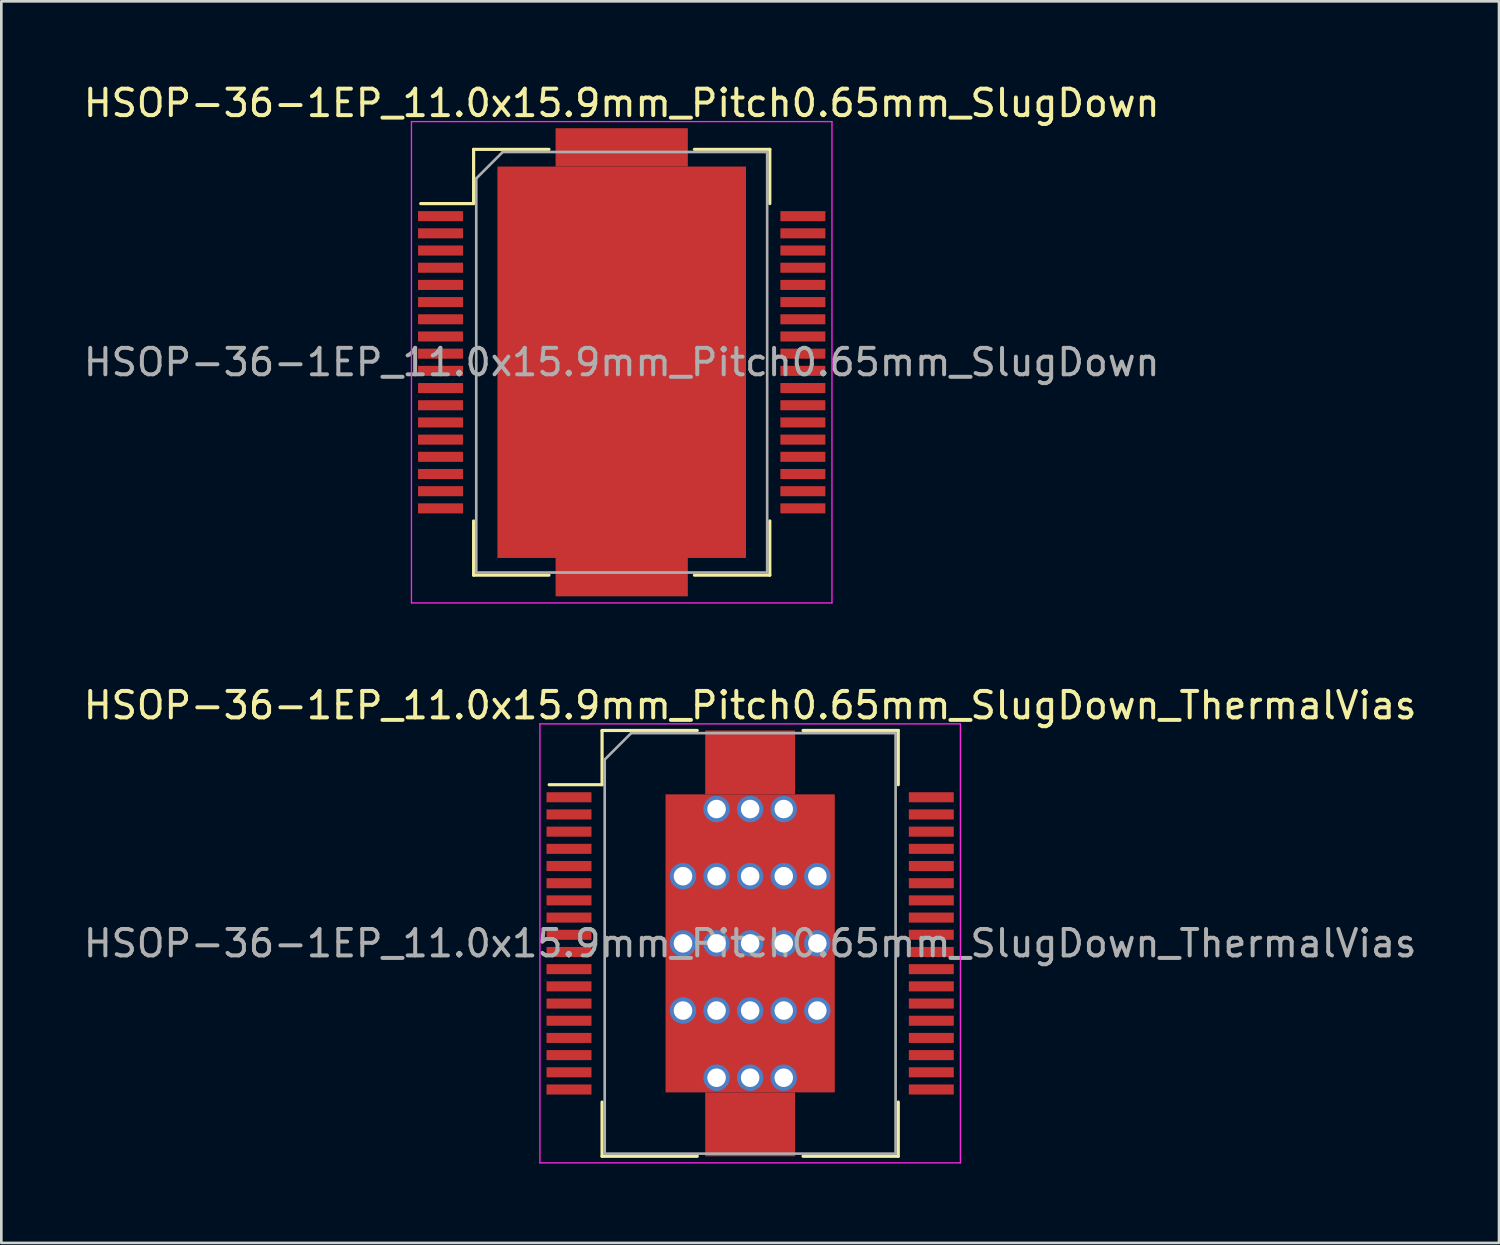
<source format=kicad_pcb>
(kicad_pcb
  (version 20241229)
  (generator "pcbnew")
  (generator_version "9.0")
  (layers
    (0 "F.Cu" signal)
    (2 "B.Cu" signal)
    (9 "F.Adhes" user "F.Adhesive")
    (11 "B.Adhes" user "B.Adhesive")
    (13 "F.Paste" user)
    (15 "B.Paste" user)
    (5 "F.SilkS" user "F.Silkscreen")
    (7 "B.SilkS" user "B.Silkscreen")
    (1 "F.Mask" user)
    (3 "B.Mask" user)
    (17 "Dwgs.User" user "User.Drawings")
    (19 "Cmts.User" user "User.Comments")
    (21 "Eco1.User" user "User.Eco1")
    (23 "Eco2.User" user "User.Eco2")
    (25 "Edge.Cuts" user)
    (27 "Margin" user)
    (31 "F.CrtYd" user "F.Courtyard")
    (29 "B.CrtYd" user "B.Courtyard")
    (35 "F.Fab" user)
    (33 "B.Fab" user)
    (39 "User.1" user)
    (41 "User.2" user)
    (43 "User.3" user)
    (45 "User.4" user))
  (footprint "HSOP-36-1EP_11.0x15.9mm_Pitch0.65mm_SlugDown_ThermalVias"
    (layer "F.Cu")
    (at 25.315 32.621)
    (property "Reference" "HSOP-36-1EP_11.0x15.9mm_Pitch0.65mm_SlugDown_ThermalVias" (at 0 -9 0) (layer "F.SilkS") (effects (font (size 1 1) (thickness 0.15))))
    (attr smd)
    (fp_line (start -5.6 -8.05) (end -5.6 -6) (stroke (width 0.12) (type solid)) (layer "F.SilkS"))
    (fp_line (start -5.6 -6) (end -7.6 -6) (stroke (width 0.12) (type solid)) (layer "F.SilkS"))
    (fp_line (start -5.6 8.05) (end -5.6 6) (stroke (width 0.12) (type solid)) (layer "F.SilkS"))
    (fp_line (start -2 -8.05) (end -5.6 -8.05) (stroke (width 0.12) (type solid)) (layer "F.SilkS"))
    (fp_line (start -2 8.05) (end -5.6 8.05) (stroke (width 0.12) (type solid)) (layer "F.SilkS"))
    (fp_line (start 5.6 -8.05) (end 2 -8.05) (stroke (width 0.12) (type solid)) (layer "F.SilkS"))
    (fp_line (start 5.6 -8.05) (end 5.6 -6) (stroke (width 0.12) (type solid)) (layer "F.SilkS"))
    (fp_line (start 5.6 8.05) (end 2 8.05) (stroke (width 0.12) (type solid)) (layer "F.SilkS"))
    (fp_line (start 5.6 8.05) (end 5.6 6) (stroke (width 0.12) (type solid)) (layer "F.SilkS"))
    (fp_line (start -7.95 -8.3) (end -7.95 8.3) (stroke (width 0.05) (type solid)) (layer "F.CrtYd"))
    (fp_line (start -7.95 -8.3) (end 7.95 -8.3) (stroke (width 0.05) (type solid)) (layer "F.CrtYd"))
    (fp_line (start 7.95 8.3) (end -7.95 8.3) (stroke (width 0.05) (type solid)) (layer "F.CrtYd"))
    (fp_line (start 7.95 8.3) (end 7.95 -8.3) (stroke (width 0.05) (type solid)) (layer "F.CrtYd"))
    (fp_line (start -5.5 -6.95) (end -5.5 7.95) (stroke (width 0.1) (type solid)) (layer "F.Fab"))
    (fp_line (start -5.5 7.95) (end 5.5 7.95) (stroke (width 0.1) (type solid)) (layer "F.Fab"))
    (fp_line (start -4.5 -7.95) (end -5.5 -6.95) (stroke (width 0.1) (type solid)) (layer "F.Fab"))
    (fp_line (start 5.5 -7.95) (end -4.5 -7.95) (stroke (width 0.1) (type solid)) (layer "F.Fab"))
    (fp_line (start 5.5 7.95) (end 5.5 -7.95) (stroke (width 0.1) (type solid)) (layer "F.Fab"))
    (fp_text user "${REFERENCE}" (at 0 0 0) (layer "F.Fab") (effects (font (size 1 1) (thickness 0.15))))
    (pad "1" smd rect (at -6.85 -5.525) (size 1.7 0.38) (layers "F.Cu" "F.Mask" "F.Paste"))
    (pad "2" smd rect (at -6.85 -4.875) (size 1.7 0.38) (layers "F.Cu" "F.Mask" "F.Paste"))
    (pad "3" smd rect (at -6.85 -4.225) (size 1.7 0.38) (layers "F.Cu" "F.Mask" "F.Paste"))
    (pad "4" smd rect (at -6.85 -3.575) (size 1.7 0.38) (layers "F.Cu" "F.Mask" "F.Paste"))
    (pad "5" smd rect (at -6.85 -2.925) (size 1.7 0.38) (layers "F.Cu" "F.Mask" "F.Paste"))
    (pad "6" smd rect (at -6.85 -2.275) (size 1.7 0.38) (layers "F.Cu" "F.Mask" "F.Paste"))
    (pad "7" smd rect (at -6.85 -1.625) (size 1.7 0.38) (layers "F.Cu" "F.Mask" "F.Paste"))
    (pad "8" smd rect (at -6.85 -0.975) (size 1.7 0.38) (layers "F.Cu" "F.Mask" "F.Paste"))
    (pad "9" smd rect (at -6.85 -0.325) (size 1.7 0.38) (layers "F.Cu" "F.Mask" "F.Paste"))
    (pad "10" smd rect (at -6.85 0.325) (size 1.7 0.38) (layers "F.Cu" "F.Mask" "F.Paste"))
    (pad "11" smd rect (at -6.85 0.975) (size 1.7 0.38) (layers "F.Cu" "F.Mask" "F.Paste"))
    (pad "12" smd rect (at -6.85 1.625) (size 1.7 0.38) (layers "F.Cu" "F.Mask" "F.Paste"))
    (pad "13" smd rect (at -6.85 2.275) (size 1.7 0.38) (layers "F.Cu" "F.Mask" "F.Paste"))
    (pad "14" smd rect (at -6.85 2.925) (size 1.7 0.38) (layers "F.Cu" "F.Mask" "F.Paste"))
    (pad "15" smd rect (at -6.85 3.575) (size 1.7 0.38) (layers "F.Cu" "F.Mask" "F.Paste"))
    (pad "16" smd rect (at -6.85 4.225) (size 1.7 0.38) (layers "F.Cu" "F.Mask" "F.Paste"))
    (pad "17" smd rect (at -6.85 4.875) (size 1.7 0.38) (layers "F.Cu" "F.Mask" "F.Paste"))
    (pad "18" smd rect (at -6.85 5.525) (size 1.7 0.38) (layers "F.Cu" "F.Mask" "F.Paste"))
    (pad "19" smd rect (at 6.85 5.525) (size 1.7 0.38) (layers "F.Cu" "F.Mask" "F.Paste"))
    (pad "20" smd rect (at 6.85 4.875) (size 1.7 0.38) (layers "F.Cu" "F.Mask" "F.Paste"))
    (pad "21" smd rect (at 6.85 4.225) (size 1.7 0.38) (layers "F.Cu" "F.Mask" "F.Paste"))
    (pad "22" smd rect (at 6.85 3.575) (size 1.7 0.38) (layers "F.Cu" "F.Mask" "F.Paste"))
    (pad "23" smd rect (at 6.85 2.925) (size 1.7 0.38) (layers "F.Cu" "F.Mask" "F.Paste"))
    (pad "24" smd rect (at 6.85 2.275) (size 1.7 0.38) (layers "F.Cu" "F.Mask" "F.Paste"))
    (pad "25" smd rect (at 6.85 1.625) (size 1.7 0.38) (layers "F.Cu" "F.Mask" "F.Paste"))
    (pad "26" smd rect (at 6.85 0.975) (size 1.7 0.38) (layers "F.Cu" "F.Mask" "F.Paste"))
    (pad "27" smd rect (at 6.85 0.325) (size 1.7 0.38) (layers "F.Cu" "F.Mask" "F.Paste"))
    (pad "28" smd rect (at 6.85 -0.325) (size 1.7 0.38) (layers "F.Cu" "F.Mask" "F.Paste"))
    (pad "29" smd rect (at 6.85 -0.975) (size 1.7 0.38) (layers "F.Cu" "F.Mask" "F.Paste"))
    (pad "30" smd rect (at 6.85 -1.625) (size 1.7 0.38) (layers "F.Cu" "F.Mask" "F.Paste"))
    (pad "31" smd rect (at 6.85 -2.275) (size 1.7 0.38) (layers "F.Cu" "F.Mask" "F.Paste"))
    (pad "32" smd rect (at 6.85 -2.925) (size 1.7 0.38) (layers "F.Cu" "F.Mask" "F.Paste"))
    (pad "33" smd rect (at 6.85 -3.575) (size 1.7 0.38) (layers "F.Cu" "F.Mask" "F.Paste"))
    (pad "34" smd rect (at 6.85 -4.225) (size 1.7 0.38) (layers "F.Cu" "F.Mask" "F.Paste"))
    (pad "35" smd rect (at 6.85 -4.875) (size 1.7 0.38) (layers "F.Cu" "F.Mask" "F.Paste"))
    (pad "36" smd rect (at 6.85 -5.525) (size 1.7 0.38) (layers "F.Cu" "F.Mask" "F.Paste"))
    (pad "37" thru_hole circle (at -2.54 -2.54) (size 1 1) (drill 0.7) (layers "*.Cu" "*.Mask"))
    (pad "37" thru_hole circle (at -2.54 0) (size 1 1) (drill 0.7) (layers "*.Cu" "*.Mask"))
    (pad "37" thru_hole circle (at -2.54 2.54) (size 1 1) (drill 0.7) (layers "*.Cu" "*.Mask"))
    (pad "37" thru_hole circle (at -1.27 -5.08) (size 1 1) (drill 0.7) (layers "*.Cu" "*.Mask"))
    (pad "37" thru_hole circle (at -1.27 -2.54) (size 1 1) (drill 0.7) (layers "*.Cu" "*.Mask"))
    (pad "37" thru_hole circle (at -1.27 0) (size 1 1) (drill 0.7) (layers "*.Cu" "*.Mask"))
    (pad "37" thru_hole circle (at -1.27 2.54) (size 1 1) (drill 0.7) (layers "*.Cu" "*.Mask"))
    (pad "37" thru_hole circle (at -1.27 5.08) (size 1 1) (drill 0.7) (layers "*.Cu" "*.Mask"))
    (pad "37" smd rect (at 0 -6.843) (size 3.4 2.415) (layers "F.Cu" "F.Mask" "F.Paste"))
    (pad "37" thru_hole circle (at 0 -5.08) (size 1 1) (drill 0.7) (layers "*.Cu" "*.Mask"))
    (pad "37" thru_hole circle (at 0 -2.54) (size 1 1) (drill 0.7) (layers "*.Cu" "*.Mask"))
    (pad "37" thru_hole circle (at 0 0) (size 1 1) (drill 0.7) (layers "*.Cu" "*.Mask"))
    (pad "37" smd rect (at 0 0) (size 6.4 11.27) (layers "F.Cu" "F.Mask" "F.Paste"))
    (pad "37" thru_hole circle (at 0 2.54) (size 1 1) (drill 0.7) (layers "*.Cu" "*.Mask"))
    (pad "37" thru_hole circle (at 0 5.08) (size 1 1) (drill 0.7) (layers "*.Cu" "*.Mask"))
    (pad "37" smd rect (at 0 6.843) (size 3.4 2.415) (layers "F.Cu" "F.Mask" "F.Paste"))
    (pad "37" thru_hole circle (at 1.27 -5.08) (size 1 1) (drill 0.7) (layers "*.Cu" "*.Mask"))
    (pad "37" thru_hole circle (at 1.27 -2.54) (size 1 1) (drill 0.7) (layers "*.Cu" "*.Mask"))
    (pad "37" thru_hole circle (at 1.27 0) (size 1 1) (drill 0.7) (layers "*.Cu" "*.Mask"))
    (pad "37" thru_hole circle (at 1.27 2.54) (size 1 1) (drill 0.7) (layers "*.Cu" "*.Mask"))
    (pad "37" thru_hole circle (at 1.27 5.08) (size 1 1) (drill 0.7) (layers "*.Cu" "*.Mask"))
    (pad "37" thru_hole circle (at 2.54 -2.54) (size 1 1) (drill 0.7) (layers "*.Cu" "*.Mask"))
    (pad "37" thru_hole circle (at 2.54 0) (size 1 1) (drill 0.7) (layers "*.Cu" "*.Mask"))
    (pad "37" thru_hole circle (at 2.54 2.54) (size 1 1) (drill 0.7) (layers "*.Cu" "*.Mask")))
  (footprint "HSOP-36-1EP_11.0x15.9mm_Pitch0.65mm_SlugDown"
    (layer "F.Cu")
    (at 20.458 10.648)
    (property "Reference" "HSOP-36-1EP_11.0x15.9mm_Pitch0.65mm_SlugDown" (at 0 -9.8 0) (layer "F.SilkS") (effects (font (size 1 1) (thickness 0.15))))
    (attr smd)
    (fp_line (start -5.6 -8.05) (end -5.6 -6) (stroke (width 0.12) (type solid)) (layer "F.SilkS"))
    (fp_line (start -5.6 -6) (end -7.6 -6) (stroke (width 0.12) (type solid)) (layer "F.SilkS"))
    (fp_line (start -5.6 8.05) (end -5.6 6) (stroke (width 0.12) (type solid)) (layer "F.SilkS"))
    (fp_line (start -2.75 -8.05) (end -5.6 -8.05) (stroke (width 0.12) (type solid)) (layer "F.SilkS"))
    (fp_line (start -2.75 8.05) (end -5.6 8.05) (stroke (width 0.12) (type solid)) (layer "F.SilkS"))
    (fp_line (start 5.6 -8.05) (end 2.75 -8.05) (stroke (width 0.12) (type solid)) (layer "F.SilkS"))
    (fp_line (start 5.6 -8.05) (end 5.6 -6) (stroke (width 0.12) (type solid)) (layer "F.SilkS"))
    (fp_line (start 5.6 8.05) (end 2.75 8.05) (stroke (width 0.12) (type solid)) (layer "F.SilkS"))
    (fp_line (start 5.6 8.05) (end 5.6 6) (stroke (width 0.12) (type solid)) (layer "F.SilkS"))
    (fp_line (start -7.95 -9.1) (end -7.95 9.1) (stroke (width 0.05) (type solid)) (layer "F.CrtYd"))
    (fp_line (start -7.95 -9.1) (end 7.95 -9.1) (stroke (width 0.05) (type solid)) (layer "F.CrtYd"))
    (fp_line (start 7.95 9.1) (end -7.95 9.1) (stroke (width 0.05) (type solid)) (layer "F.CrtYd"))
    (fp_line (start 7.95 9.1) (end 7.95 -9.1) (stroke (width 0.05) (type solid)) (layer "F.CrtYd"))
    (fp_line (start -5.5 -6.95) (end -5.5 7.95) (stroke (width 0.1) (type solid)) (layer "F.Fab"))
    (fp_line (start -5.5 7.95) (end 5.5 7.95) (stroke (width 0.1) (type solid)) (layer "F.Fab"))
    (fp_line (start -4.5 -7.95) (end -5.5 -6.95) (stroke (width 0.1) (type solid)) (layer "F.Fab"))
    (fp_line (start 5.5 -7.95) (end -4.5 -7.95) (stroke (width 0.1) (type solid)) (layer "F.Fab"))
    (fp_line (start 5.5 7.95) (end 5.5 -7.95) (stroke (width 0.1) (type solid)) (layer "F.Fab"))
    (fp_text user "${REFERENCE}" (at 0 0 0) (layer "F.Fab") (effects (font (size 1 1) (thickness 0.15))))
    (pad "1" smd rect (at -6.85 -5.525) (size 1.7 0.38) (layers "F.Cu" "F.Mask" "F.Paste"))
    (pad "2" smd rect (at -6.85 -4.875) (size 1.7 0.38) (layers "F.Cu" "F.Mask" "F.Paste"))
    (pad "3" smd rect (at -6.85 -4.225) (size 1.7 0.38) (layers "F.Cu" "F.Mask" "F.Paste"))
    (pad "4" smd rect (at -6.85 -3.575) (size 1.7 0.38) (layers "F.Cu" "F.Mask" "F.Paste"))
    (pad "5" smd rect (at -6.85 -2.925) (size 1.7 0.38) (layers "F.Cu" "F.Mask" "F.Paste"))
    (pad "6" smd rect (at -6.85 -2.275) (size 1.7 0.38) (layers "F.Cu" "F.Mask" "F.Paste"))
    (pad "7" smd rect (at -6.85 -1.625) (size 1.7 0.38) (layers "F.Cu" "F.Mask" "F.Paste"))
    (pad "8" smd rect (at -6.85 -0.975) (size 1.7 0.38) (layers "F.Cu" "F.Mask" "F.Paste"))
    (pad "9" smd rect (at -6.85 -0.325) (size 1.7 0.38) (layers "F.Cu" "F.Mask" "F.Paste"))
    (pad "10" smd rect (at -6.85 0.325) (size 1.7 0.38) (layers "F.Cu" "F.Mask" "F.Paste"))
    (pad "11" smd rect (at -6.85 0.975) (size 1.7 0.38) (layers "F.Cu" "F.Mask" "F.Paste"))
    (pad "12" smd rect (at -6.85 1.625) (size 1.7 0.38) (layers "F.Cu" "F.Mask" "F.Paste"))
    (pad "13" smd rect (at -6.85 2.275) (size 1.7 0.38) (layers "F.Cu" "F.Mask" "F.Paste"))
    (pad "14" smd rect (at -6.85 2.925) (size 1.7 0.38) (layers "F.Cu" "F.Mask" "F.Paste"))
    (pad "15" smd rect (at -6.85 3.575) (size 1.7 0.38) (layers "F.Cu" "F.Mask" "F.Paste"))
    (pad "16" smd rect (at -6.85 4.225) (size 1.7 0.38) (layers "F.Cu" "F.Mask" "F.Paste"))
    (pad "17" smd rect (at -6.85 4.875) (size 1.7 0.38) (layers "F.Cu" "F.Mask" "F.Paste"))
    (pad "18" smd rect (at -6.85 5.525) (size 1.7 0.38) (layers "F.Cu" "F.Mask" "F.Paste"))
    (pad "19" smd rect (at 6.85 5.525) (size 1.7 0.38) (layers "F.Cu" "F.Mask" "F.Paste"))
    (pad "20" smd rect (at 6.85 4.875) (size 1.7 0.38) (layers "F.Cu" "F.Mask" "F.Paste"))
    (pad "21" smd rect (at 6.85 4.225) (size 1.7 0.38) (layers "F.Cu" "F.Mask" "F.Paste"))
    (pad "22" smd rect (at 6.85 3.575) (size 1.7 0.38) (layers "F.Cu" "F.Mask" "F.Paste"))
    (pad "23" smd rect (at 6.85 2.925) (size 1.7 0.38) (layers "F.Cu" "F.Mask" "F.Paste"))
    (pad "24" smd rect (at 6.85 2.275) (size 1.7 0.38) (layers "F.Cu" "F.Mask" "F.Paste"))
    (pad "25" smd rect (at 6.85 1.625) (size 1.7 0.38) (layers "F.Cu" "F.Mask" "F.Paste"))
    (pad "26" smd rect (at 6.85 0.975) (size 1.7 0.38) (layers "F.Cu" "F.Mask" "F.Paste"))
    (pad "27" smd rect (at 6.85 0.325) (size 1.7 0.38) (layers "F.Cu" "F.Mask" "F.Paste"))
    (pad "28" smd rect (at 6.85 -0.325) (size 1.7 0.38) (layers "F.Cu" "F.Mask" "F.Paste"))
    (pad "29" smd rect (at 6.85 -0.975) (size 1.7 0.38) (layers "F.Cu" "F.Mask" "F.Paste"))
    (pad "30" smd rect (at 6.85 -1.625) (size 1.7 0.38) (layers "F.Cu" "F.Mask" "F.Paste"))
    (pad "31" smd rect (at 6.85 -2.275) (size 1.7 0.38) (layers "F.Cu" "F.Mask" "F.Paste"))
    (pad "32" smd rect (at 6.85 -2.925) (size 1.7 0.38) (layers "F.Cu" "F.Mask" "F.Paste"))
    (pad "33" smd rect (at 6.85 -3.575) (size 1.7 0.38) (layers "F.Cu" "F.Mask" "F.Paste"))
    (pad "34" smd rect (at 6.85 -4.225) (size 1.7 0.38) (layers "F.Cu" "F.Mask" "F.Paste"))
    (pad "35" smd rect (at 6.85 -4.875) (size 1.7 0.38) (layers "F.Cu" "F.Mask" "F.Paste"))
    (pad "36" smd rect (at 6.85 -5.525) (size 1.7 0.38) (layers "F.Cu" "F.Mask" "F.Paste"))
    (pad "37" smd rect (at 0 -8.125) (size 5 1.45) (layers "F.Cu" "F.Mask" "F.Paste"))
    (pad "37" smd rect (at 0 0) (size 9.4 14.8) (layers "F.Cu" "F.Mask" "F.Paste"))
    (pad "37" smd rect (at 0 8.125) (size 5 1.45) (layers "F.Cu" "F.Mask" "F.Paste")))
  (gr_rect
    (start -3 -3)
    (end 53.631 43.947)
    (stroke (width 0.1) (type default))
    (fill no)
    (layer "Edge.Cuts")))
</source>
